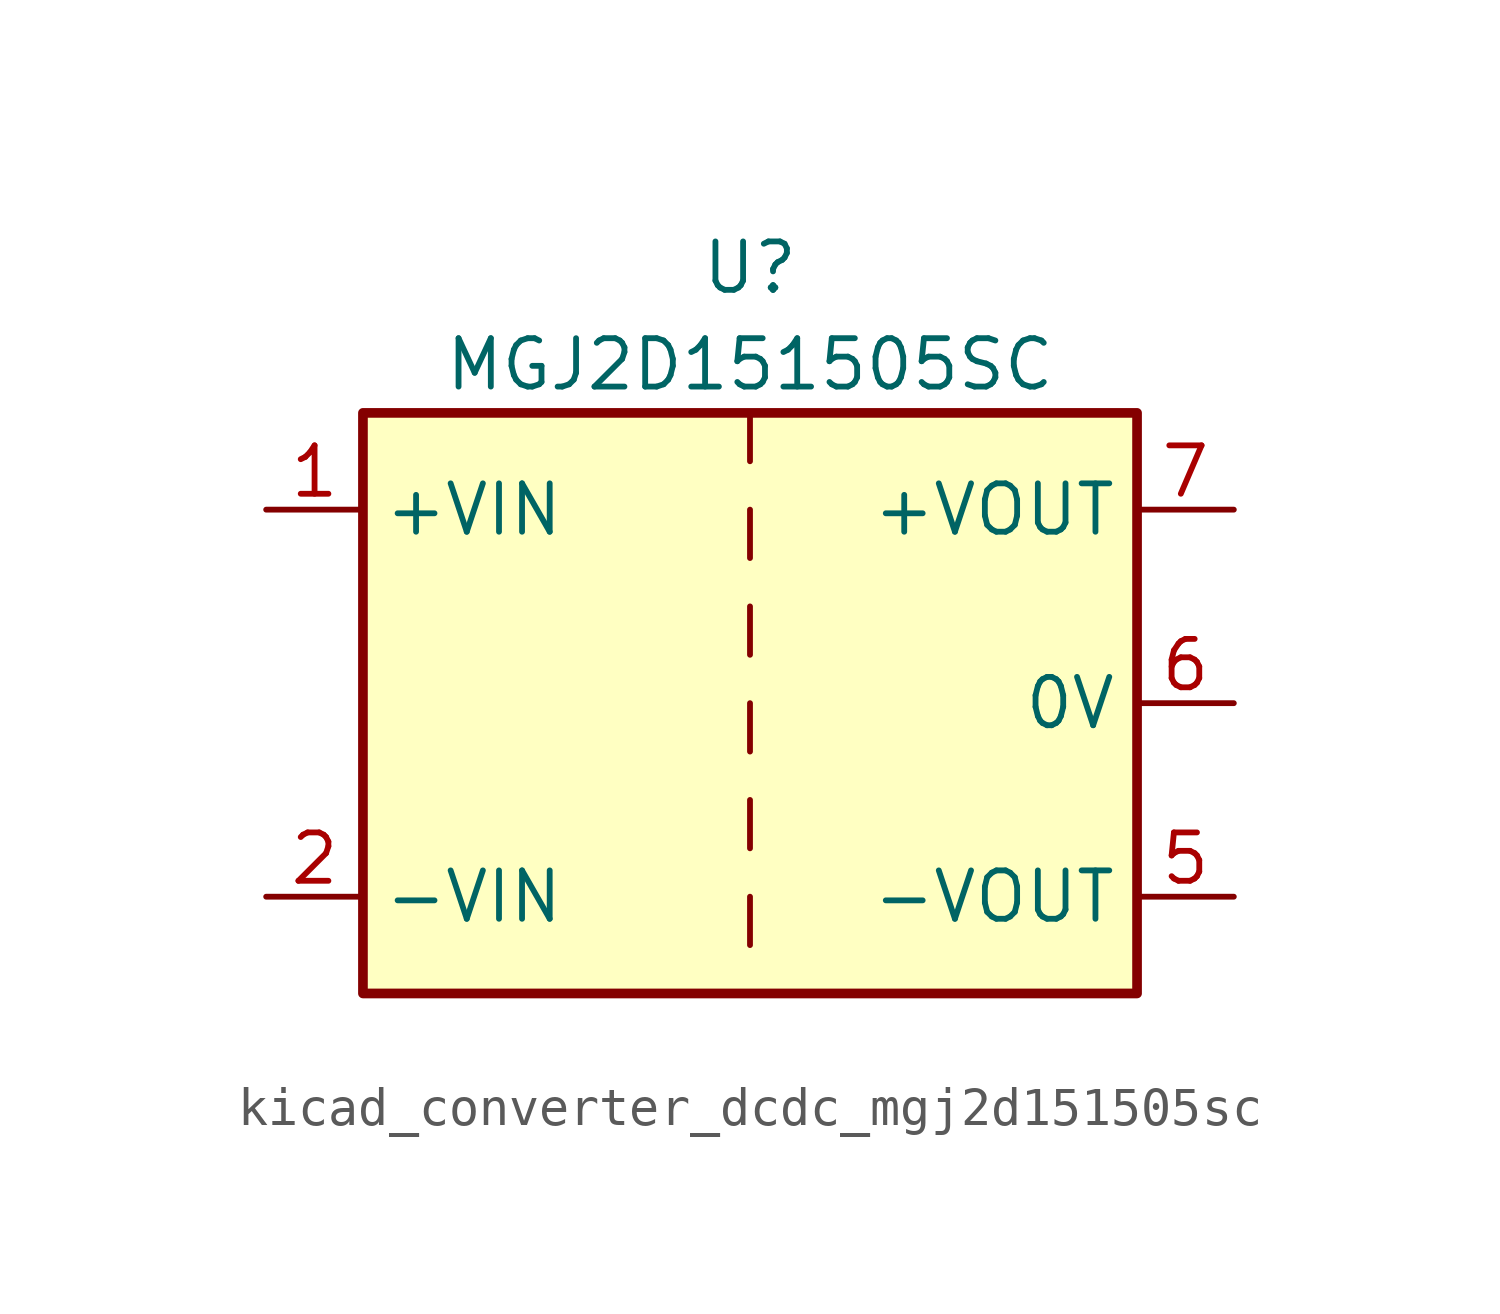
<source format=kicad_sym>
(kicad_symbol_lib
  (version 20220914)
  (generator kicad_symbol_editor)
  (symbol "kicad_converter_dcdc_mgj2d151505sc"
    (property "Reference" "U"
      (at 0 11.43 0)
      (effects (font (size 1.27 1.27))))
    (property "Value" "MGJ2D151505SC"
      (at 0 8.89 0)
      (effects (font (size 1.27 1.27))))
    (symbol "kicad_converter_dcdc_mgj2d151505sc_0_1"
      (rectangle (start -10.16 7.62) (end 10.16 -7.62) (stroke (width 0.254) (type default)) (fill (type background)))
      (polyline (pts (xy 0 -5.08) (xy 0 -6.35)) (stroke (width 0) (type default)) (fill (type none)))
      (polyline (pts (xy 0 -2.54) (xy 0 -3.81)) (stroke (width 0) (type default)) (fill (type none)))
      (polyline (pts (xy 0 0) (xy 0 -1.27)) (stroke (width 0) (type default)) (fill (type none)))
      (polyline (pts (xy 0 2.54) (xy 0 1.27)) (stroke (width 0) (type default)) (fill (type none)))
      (polyline (pts (xy 0 5.08) (xy 0 3.81)) (stroke (width 0) (type default)) (fill (type none)))
      (polyline (pts (xy 0 7.62) (xy 0 6.35)) (stroke (width 0) (type default)) (fill (type none))))
    (symbol "kicad_converter_dcdc_mgj2d151505sc_1_1"
      (pin power_in line (at -12.7 5.08 0) (length 2.54) (name "+VIN" (effects (font (size 1.27 1.27)))) (number "1" (effects (font (size 1.27 1.27)))))
      (pin power_in line (at -12.7 -5.08 0) (length 2.54) (name "-VIN" (effects (font (size 1.27 1.27)))) (number "2" (effects (font (size 1.27 1.27)))))
      (pin power_out line (at 12.7 -5.08 180) (length 2.54) (name "-VOUT" (effects (font (size 1.27 1.27)))) (number "5" (effects (font (size 1.27 1.27)))))
      (pin power_out line (at 12.7 0 180) (length 2.54) (name "0V" (effects (font (size 1.27 1.27)))) (number "6" (effects (font (size 1.27 1.27)))))
      (pin power_out line (at 12.7 5.08 180) (length 2.54) (name "+VOUT" (effects (font (size 1.27 1.27)))) (number "7" (effects (font (size 1.27 1.27))))))))
</source>
